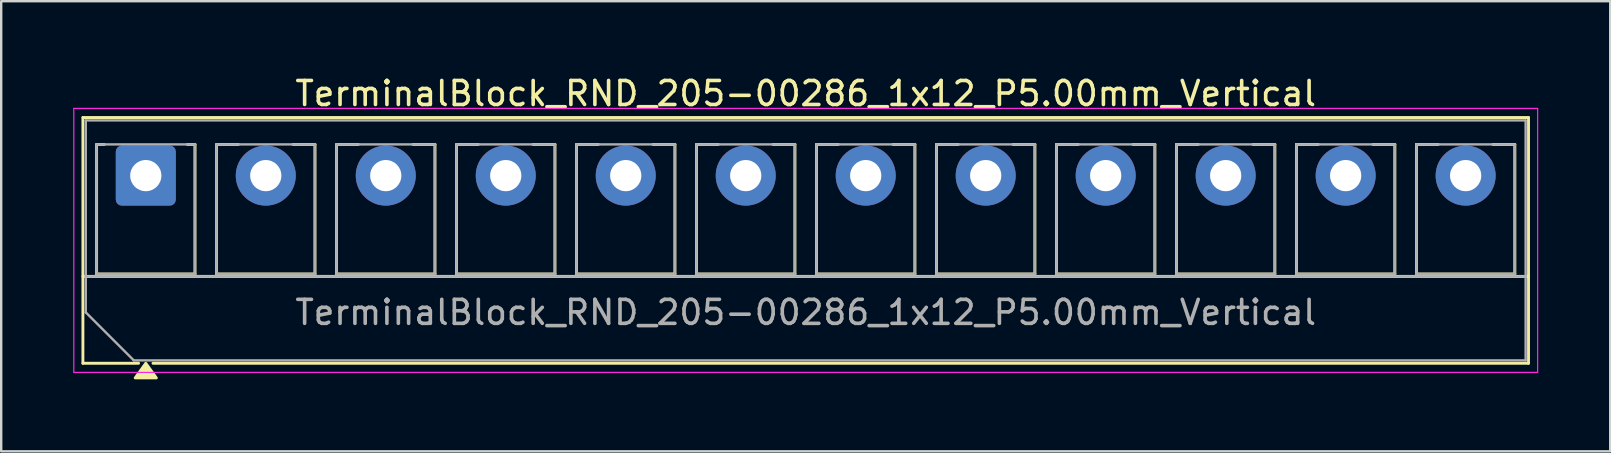
<source format=kicad_pcb>
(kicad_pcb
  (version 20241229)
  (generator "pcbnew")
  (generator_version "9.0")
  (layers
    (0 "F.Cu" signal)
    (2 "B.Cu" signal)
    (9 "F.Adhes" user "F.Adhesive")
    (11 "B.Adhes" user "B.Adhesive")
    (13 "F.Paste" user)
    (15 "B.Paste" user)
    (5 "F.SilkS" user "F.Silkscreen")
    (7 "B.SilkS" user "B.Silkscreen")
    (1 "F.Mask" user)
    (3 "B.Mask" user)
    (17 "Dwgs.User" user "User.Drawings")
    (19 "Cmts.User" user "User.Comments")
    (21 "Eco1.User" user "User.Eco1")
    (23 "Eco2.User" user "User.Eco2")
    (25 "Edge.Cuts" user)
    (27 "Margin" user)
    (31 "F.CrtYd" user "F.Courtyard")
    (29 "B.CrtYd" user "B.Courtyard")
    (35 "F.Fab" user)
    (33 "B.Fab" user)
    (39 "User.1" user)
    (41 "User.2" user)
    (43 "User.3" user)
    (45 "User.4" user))
  (footprint "TerminalBlock_RND_205-00286_1x12_P5.00mm_Vertical"
    (layer "F.Cu")
    (at 3.025 4.268)
    (property "Reference" "TerminalBlock_RND_205-00286_1x12_P5.00mm_Vertical" (at 27.5 -3.42 0) (layer "F.SilkS") (effects (font (size 1 1) (thickness 0.15))))
    (attr through_hole)
    (fp_line (start -2.62 -2.42) (end 57.62 -2.42) (stroke (width 0.12) (type solid)) (layer "F.SilkS"))
    (fp_line (start -2.62 4.2) (end 57.62 4.2) (stroke (width 0.12) (type solid)) (layer "F.SilkS"))
    (fp_line (start -2.62 7.82) (end -2.62 -2.42) (stroke (width 0.12) (type solid)) (layer "F.SilkS"))
    (fp_line (start -2.05 -1.3) (end -1.73 -1.3) (stroke (width 0.12) (type solid)) (layer "F.SilkS"))
    (fp_line (start -2.05 4.1) (end -2.05 -1.3) (stroke (width 0.12) (type solid)) (layer "F.SilkS"))
    (fp_line (start -0.3 7.82) (end -2.62 7.82) (stroke (width 0.12) (type solid)) (layer "F.SilkS"))
    (fp_line (start 1.73 -1.3) (end 2.05 -1.3) (stroke (width 0.12) (type solid)) (layer "F.SilkS"))
    (fp_line (start 2.05 -1.3) (end 2.05 4.1) (stroke (width 0.12) (type solid)) (layer "F.SilkS"))
    (fp_line (start 2.05 4.1) (end -2.05 4.1) (stroke (width 0.12) (type solid)) (layer "F.SilkS"))
    (fp_line (start 2.95 -1.3) (end 3.859 -1.3) (stroke (width 0.12) (type solid)) (layer "F.SilkS"))
    (fp_line (start 2.95 4.1) (end 2.95 -1.3) (stroke (width 0.12) (type solid)) (layer "F.SilkS"))
    (fp_line (start 6.141 -1.3) (end 7.05 -1.3) (stroke (width 0.12) (type solid)) (layer "F.SilkS"))
    (fp_line (start 7.05 -1.3) (end 7.05 4.1) (stroke (width 0.12) (type solid)) (layer "F.SilkS"))
    (fp_line (start 7.05 4.1) (end 2.95 4.1) (stroke (width 0.12) (type solid)) (layer "F.SilkS"))
    (fp_line (start 7.95 -1.3) (end 8.859 -1.3) (stroke (width 0.12) (type solid)) (layer "F.SilkS"))
    (fp_line (start 7.95 4.1) (end 7.95 -1.3) (stroke (width 0.12) (type solid)) (layer "F.SilkS"))
    (fp_line (start 11.141 -1.3) (end 12.05 -1.3) (stroke (width 0.12) (type solid)) (layer "F.SilkS"))
    (fp_line (start 12.05 -1.3) (end 12.05 4.1) (stroke (width 0.12) (type solid)) (layer "F.SilkS"))
    (fp_line (start 12.05 4.1) (end 7.95 4.1) (stroke (width 0.12) (type solid)) (layer "F.SilkS"))
    (fp_line (start 12.95 -1.3) (end 13.859 -1.3) (stroke (width 0.12) (type solid)) (layer "F.SilkS"))
    (fp_line (start 12.95 4.1) (end 12.95 -1.3) (stroke (width 0.12) (type solid)) (layer "F.SilkS"))
    (fp_line (start 16.141 -1.3) (end 17.05 -1.3) (stroke (width 0.12) (type solid)) (layer "F.SilkS"))
    (fp_line (start 17.05 -1.3) (end 17.05 4.1) (stroke (width 0.12) (type solid)) (layer "F.SilkS"))
    (fp_line (start 17.05 4.1) (end 12.95 4.1) (stroke (width 0.12) (type solid)) (layer "F.SilkS"))
    (fp_line (start 17.95 -1.3) (end 18.859 -1.3) (stroke (width 0.12) (type solid)) (layer "F.SilkS"))
    (fp_line (start 17.95 4.1) (end 17.95 -1.3) (stroke (width 0.12) (type solid)) (layer "F.SilkS"))
    (fp_line (start 21.141 -1.3) (end 22.05 -1.3) (stroke (width 0.12) (type solid)) (layer "F.SilkS"))
    (fp_line (start 22.05 -1.3) (end 22.05 4.1) (stroke (width 0.12) (type solid)) (layer "F.SilkS"))
    (fp_line (start 22.05 4.1) (end 17.95 4.1) (stroke (width 0.12) (type solid)) (layer "F.SilkS"))
    (fp_line (start 22.95 -1.3) (end 23.859 -1.3) (stroke (width 0.12) (type solid)) (layer "F.SilkS"))
    (fp_line (start 22.95 4.1) (end 22.95 -1.3) (stroke (width 0.12) (type solid)) (layer "F.SilkS"))
    (fp_line (start 26.141 -1.3) (end 27.05 -1.3) (stroke (width 0.12) (type solid)) (layer "F.SilkS"))
    (fp_line (start 27.05 -1.3) (end 27.05 4.1) (stroke (width 0.12) (type solid)) (layer "F.SilkS"))
    (fp_line (start 27.05 4.1) (end 22.95 4.1) (stroke (width 0.12) (type solid)) (layer "F.SilkS"))
    (fp_line (start 27.95 -1.3) (end 28.859 -1.3) (stroke (width 0.12) (type solid)) (layer "F.SilkS"))
    (fp_line (start 27.95 4.1) (end 27.95 -1.3) (stroke (width 0.12) (type solid)) (layer "F.SilkS"))
    (fp_line (start 31.141 -1.3) (end 32.05 -1.3) (stroke (width 0.12) (type solid)) (layer "F.SilkS"))
    (fp_line (start 32.05 -1.3) (end 32.05 4.1) (stroke (width 0.12) (type solid)) (layer "F.SilkS"))
    (fp_line (start 32.05 4.1) (end 27.95 4.1) (stroke (width 0.12) (type solid)) (layer "F.SilkS"))
    (fp_line (start 32.95 -1.3) (end 33.859 -1.3) (stroke (width 0.12) (type solid)) (layer "F.SilkS"))
    (fp_line (start 32.95 4.1) (end 32.95 -1.3) (stroke (width 0.12) (type solid)) (layer "F.SilkS"))
    (fp_line (start 36.141 -1.3) (end 37.05 -1.3) (stroke (width 0.12) (type solid)) (layer "F.SilkS"))
    (fp_line (start 37.05 -1.3) (end 37.05 4.1) (stroke (width 0.12) (type solid)) (layer "F.SilkS"))
    (fp_line (start 37.05 4.1) (end 32.95 4.1) (stroke (width 0.12) (type solid)) (layer "F.SilkS"))
    (fp_line (start 37.95 -1.3) (end 38.859 -1.3) (stroke (width 0.12) (type solid)) (layer "F.SilkS"))
    (fp_line (start 37.95 4.1) (end 37.95 -1.3) (stroke (width 0.12) (type solid)) (layer "F.SilkS"))
    (fp_line (start 41.141 -1.3) (end 42.05 -1.3) (stroke (width 0.12) (type solid)) (layer "F.SilkS"))
    (fp_line (start 42.05 -1.3) (end 42.05 4.1) (stroke (width 0.12) (type solid)) (layer "F.SilkS"))
    (fp_line (start 42.05 4.1) (end 37.95 4.1) (stroke (width 0.12) (type solid)) (layer "F.SilkS"))
    (fp_line (start 42.95 -1.3) (end 43.859 -1.3) (stroke (width 0.12) (type solid)) (layer "F.SilkS"))
    (fp_line (start 42.95 4.1) (end 42.95 -1.3) (stroke (width 0.12) (type solid)) (layer "F.SilkS"))
    (fp_line (start 46.141 -1.3) (end 47.05 -1.3) (stroke (width 0.12) (type solid)) (layer "F.SilkS"))
    (fp_line (start 47.05 -1.3) (end 47.05 4.1) (stroke (width 0.12) (type solid)) (layer "F.SilkS"))
    (fp_line (start 47.05 4.1) (end 42.95 4.1) (stroke (width 0.12) (type solid)) (layer "F.SilkS"))
    (fp_line (start 47.95 -1.3) (end 48.859 -1.3) (stroke (width 0.12) (type solid)) (layer "F.SilkS"))
    (fp_line (start 47.95 4.1) (end 47.95 -1.3) (stroke (width 0.12) (type solid)) (layer "F.SilkS"))
    (fp_line (start 51.141 -1.3) (end 52.05 -1.3) (stroke (width 0.12) (type solid)) (layer "F.SilkS"))
    (fp_line (start 52.05 -1.3) (end 52.05 4.1) (stroke (width 0.12) (type solid)) (layer "F.SilkS"))
    (fp_line (start 52.05 4.1) (end 47.95 4.1) (stroke (width 0.12) (type solid)) (layer "F.SilkS"))
    (fp_line (start 52.95 -1.3) (end 53.859 -1.3) (stroke (width 0.12) (type solid)) (layer "F.SilkS"))
    (fp_line (start 52.95 4.1) (end 52.95 -1.3) (stroke (width 0.12) (type solid)) (layer "F.SilkS"))
    (fp_line (start 56.141 -1.3) (end 57.05 -1.3) (stroke (width 0.12) (type solid)) (layer "F.SilkS"))
    (fp_line (start 57.05 -1.3) (end 57.05 4.1) (stroke (width 0.12) (type solid)) (layer "F.SilkS"))
    (fp_line (start 57.05 4.1) (end 52.95 4.1) (stroke (width 0.12) (type solid)) (layer "F.SilkS"))
    (fp_line (start 57.62 -2.42) (end 57.62 7.82) (stroke (width 0.12) (type solid)) (layer "F.SilkS"))
    (fp_line (start 57.62 7.82) (end 0.3 7.82) (stroke (width 0.12) (type solid)) (layer "F.SilkS"))
    (fp_poly (pts (xy 0 7.82) (xy 0.44 8.43) (xy -0.44 8.43)) (stroke (width 0.12) (type solid)) (fill yes) (layer "F.SilkS"))
    (fp_line (start -3 -2.8) (end -3 8.2) (stroke (width 0.05) (type solid)) (layer "F.CrtYd"))
    (fp_line (start -3 8.2) (end 58 8.2) (stroke (width 0.05) (type solid)) (layer "F.CrtYd"))
    (fp_line (start 58 -2.8) (end -3 -2.8) (stroke (width 0.05) (type solid)) (layer "F.CrtYd"))
    (fp_line (start 58 8.2) (end 58 -2.8) (stroke (width 0.05) (type solid)) (layer "F.CrtYd"))
    (fp_line (start -2.5 -2.3) (end 57.5 -2.3) (stroke (width 0.1) (type solid)) (layer "F.Fab"))
    (fp_line (start -2.5 4.2) (end 57.5 4.2) (stroke (width 0.1) (type solid)) (layer "F.Fab"))
    (fp_line (start -2.5 5.7) (end -2.5 -2.3) (stroke (width 0.1) (type solid)) (layer "F.Fab"))
    (fp_line (start -2.05 -1.3) (end -2.05 4.1) (stroke (width 0.1) (type solid)) (layer "F.Fab"))
    (fp_line (start -2.05 4.1) (end 2.05 4.1) (stroke (width 0.1) (type solid)) (layer "F.Fab"))
    (fp_line (start -0.5 7.7) (end -2.5 5.7) (stroke (width 0.1) (type solid)) (layer "F.Fab"))
    (fp_line (start 2.05 -1.3) (end -2.05 -1.3) (stroke (width 0.1) (type solid)) (layer "F.Fab"))
    (fp_line (start 2.05 4.1) (end 2.05 -1.3) (stroke (width 0.1) (type solid)) (layer "F.Fab"))
    (fp_line (start 2.95 -1.3) (end 2.95 4.1) (stroke (width 0.1) (type solid)) (layer "F.Fab"))
    (fp_line (start 2.95 4.1) (end 7.05 4.1) (stroke (width 0.1) (type solid)) (layer "F.Fab"))
    (fp_line (start 7.05 -1.3) (end 2.95 -1.3) (stroke (width 0.1) (type solid)) (layer "F.Fab"))
    (fp_line (start 7.05 4.1) (end 7.05 -1.3) (stroke (width 0.1) (type solid)) (layer "F.Fab"))
    (fp_line (start 7.95 -1.3) (end 7.95 4.1) (stroke (width 0.1) (type solid)) (layer "F.Fab"))
    (fp_line (start 7.95 4.1) (end 12.05 4.1) (stroke (width 0.1) (type solid)) (layer "F.Fab"))
    (fp_line (start 12.05 -1.3) (end 7.95 -1.3) (stroke (width 0.1) (type solid)) (layer "F.Fab"))
    (fp_line (start 12.05 4.1) (end 12.05 -1.3) (stroke (width 0.1) (type solid)) (layer "F.Fab"))
    (fp_line (start 12.95 -1.3) (end 12.95 4.1) (stroke (width 0.1) (type solid)) (layer "F.Fab"))
    (fp_line (start 12.95 4.1) (end 17.05 4.1) (stroke (width 0.1) (type solid)) (layer "F.Fab"))
    (fp_line (start 17.05 -1.3) (end 12.95 -1.3) (stroke (width 0.1) (type solid)) (layer "F.Fab"))
    (fp_line (start 17.05 4.1) (end 17.05 -1.3) (stroke (width 0.1) (type solid)) (layer "F.Fab"))
    (fp_line (start 17.95 -1.3) (end 17.95 4.1) (stroke (width 0.1) (type solid)) (layer "F.Fab"))
    (fp_line (start 17.95 4.1) (end 22.05 4.1) (stroke (width 0.1) (type solid)) (layer "F.Fab"))
    (fp_line (start 22.05 -1.3) (end 17.95 -1.3) (stroke (width 0.1) (type solid)) (layer "F.Fab"))
    (fp_line (start 22.05 4.1) (end 22.05 -1.3) (stroke (width 0.1) (type solid)) (layer "F.Fab"))
    (fp_line (start 22.95 -1.3) (end 22.95 4.1) (stroke (width 0.1) (type solid)) (layer "F.Fab"))
    (fp_line (start 22.95 4.1) (end 27.05 4.1) (stroke (width 0.1) (type solid)) (layer "F.Fab"))
    (fp_line (start 27.05 -1.3) (end 22.95 -1.3) (stroke (width 0.1) (type solid)) (layer "F.Fab"))
    (fp_line (start 27.05 4.1) (end 27.05 -1.3) (stroke (width 0.1) (type solid)) (layer "F.Fab"))
    (fp_line (start 27.95 -1.3) (end 27.95 4.1) (stroke (width 0.1) (type solid)) (layer "F.Fab"))
    (fp_line (start 27.95 4.1) (end 32.05 4.1) (stroke (width 0.1) (type solid)) (layer "F.Fab"))
    (fp_line (start 32.05 -1.3) (end 27.95 -1.3) (stroke (width 0.1) (type solid)) (layer "F.Fab"))
    (fp_line (start 32.05 4.1) (end 32.05 -1.3) (stroke (width 0.1) (type solid)) (layer "F.Fab"))
    (fp_line (start 32.95 -1.3) (end 32.95 4.1) (stroke (width 0.1) (type solid)) (layer "F.Fab"))
    (fp_line (start 32.95 4.1) (end 37.05 4.1) (stroke (width 0.1) (type solid)) (layer "F.Fab"))
    (fp_line (start 37.05 -1.3) (end 32.95 -1.3) (stroke (width 0.1) (type solid)) (layer "F.Fab"))
    (fp_line (start 37.05 4.1) (end 37.05 -1.3) (stroke (width 0.1) (type solid)) (layer "F.Fab"))
    (fp_line (start 37.95 -1.3) (end 37.95 4.1) (stroke (width 0.1) (type solid)) (layer "F.Fab"))
    (fp_line (start 37.95 4.1) (end 42.05 4.1) (stroke (width 0.1) (type solid)) (layer "F.Fab"))
    (fp_line (start 42.05 -1.3) (end 37.95 -1.3) (stroke (width 0.1) (type solid)) (layer "F.Fab"))
    (fp_line (start 42.05 4.1) (end 42.05 -1.3) (stroke (width 0.1) (type solid)) (layer "F.Fab"))
    (fp_line (start 42.95 -1.3) (end 42.95 4.1) (stroke (width 0.1) (type solid)) (layer "F.Fab"))
    (fp_line (start 42.95 4.1) (end 47.05 4.1) (stroke (width 0.1) (type solid)) (layer "F.Fab"))
    (fp_line (start 47.05 -1.3) (end 42.95 -1.3) (stroke (width 0.1) (type solid)) (layer "F.Fab"))
    (fp_line (start 47.05 4.1) (end 47.05 -1.3) (stroke (width 0.1) (type solid)) (layer "F.Fab"))
    (fp_line (start 47.95 -1.3) (end 47.95 4.1) (stroke (width 0.1) (type solid)) (layer "F.Fab"))
    (fp_line (start 47.95 4.1) (end 52.05 4.1) (stroke (width 0.1) (type solid)) (layer "F.Fab"))
    (fp_line (start 52.05 -1.3) (end 47.95 -1.3) (stroke (width 0.1) (type solid)) (layer "F.Fab"))
    (fp_line (start 52.05 4.1) (end 52.05 -1.3) (stroke (width 0.1) (type solid)) (layer "F.Fab"))
    (fp_line (start 52.95 -1.3) (end 52.95 4.1) (stroke (width 0.1) (type solid)) (layer "F.Fab"))
    (fp_line (start 52.95 4.1) (end 57.05 4.1) (stroke (width 0.1) (type solid)) (layer "F.Fab"))
    (fp_line (start 57.05 -1.3) (end 52.95 -1.3) (stroke (width 0.1) (type solid)) (layer "F.Fab"))
    (fp_line (start 57.05 4.1) (end 57.05 -1.3) (stroke (width 0.1) (type solid)) (layer "F.Fab"))
    (fp_line (start 57.5 -2.3) (end 57.5 7.7) (stroke (width 0.1) (type solid)) (layer "F.Fab"))
    (fp_line (start 57.5 7.7) (end -0.5 7.7) (stroke (width 0.1) (type solid)) (layer "F.Fab"))
    (fp_text user "${REFERENCE}" (at 27.5 5.7 0) (layer "F.Fab") (effects (font (size 1 1) (thickness 0.15))))
    (pad "1" thru_hole roundrect (at 0 0) (size 2.5 2.5) (drill 1.3) (layers "*.Cu" "*.Mask") (roundrect_rratio 0.1))
    (pad "2" thru_hole circle (at 5 0) (size 2.5 2.5) (drill 1.3) (layers "*.Cu" "*.Mask"))
    (pad "3" thru_hole circle (at 10 0) (size 2.5 2.5) (drill 1.3) (layers "*.Cu" "*.Mask"))
    (pad "4" thru_hole circle (at 15 0) (size 2.5 2.5) (drill 1.3) (layers "*.Cu" "*.Mask"))
    (pad "5" thru_hole circle (at 20 0) (size 2.5 2.5) (drill 1.3) (layers "*.Cu" "*.Mask"))
    (pad "6" thru_hole circle (at 25 0) (size 2.5 2.5) (drill 1.3) (layers "*.Cu" "*.Mask"))
    (pad "7" thru_hole circle (at 30 0) (size 2.5 2.5) (drill 1.3) (layers "*.Cu" "*.Mask"))
    (pad "8" thru_hole circle (at 35 0) (size 2.5 2.5) (drill 1.3) (layers "*.Cu" "*.Mask"))
    (pad "9" thru_hole circle (at 40 0) (size 2.5 2.5) (drill 1.3) (layers "*.Cu" "*.Mask"))
    (pad "10" thru_hole circle (at 45 0) (size 2.5 2.5) (drill 1.3) (layers "*.Cu" "*.Mask"))
    (pad "11" thru_hole circle (at 50 0) (size 2.5 2.5) (drill 1.3) (layers "*.Cu" "*.Mask"))
    (pad "12" thru_hole circle (at 55 0) (size 2.5 2.5) (drill 1.3) (layers "*.Cu" "*.Mask")))
  (gr_rect
    (start -3 -3)
    (end 64.05 15.758)
    (stroke (width 0.1) (type default))
    (fill no)
    (layer "Edge.Cuts")))
</source>
